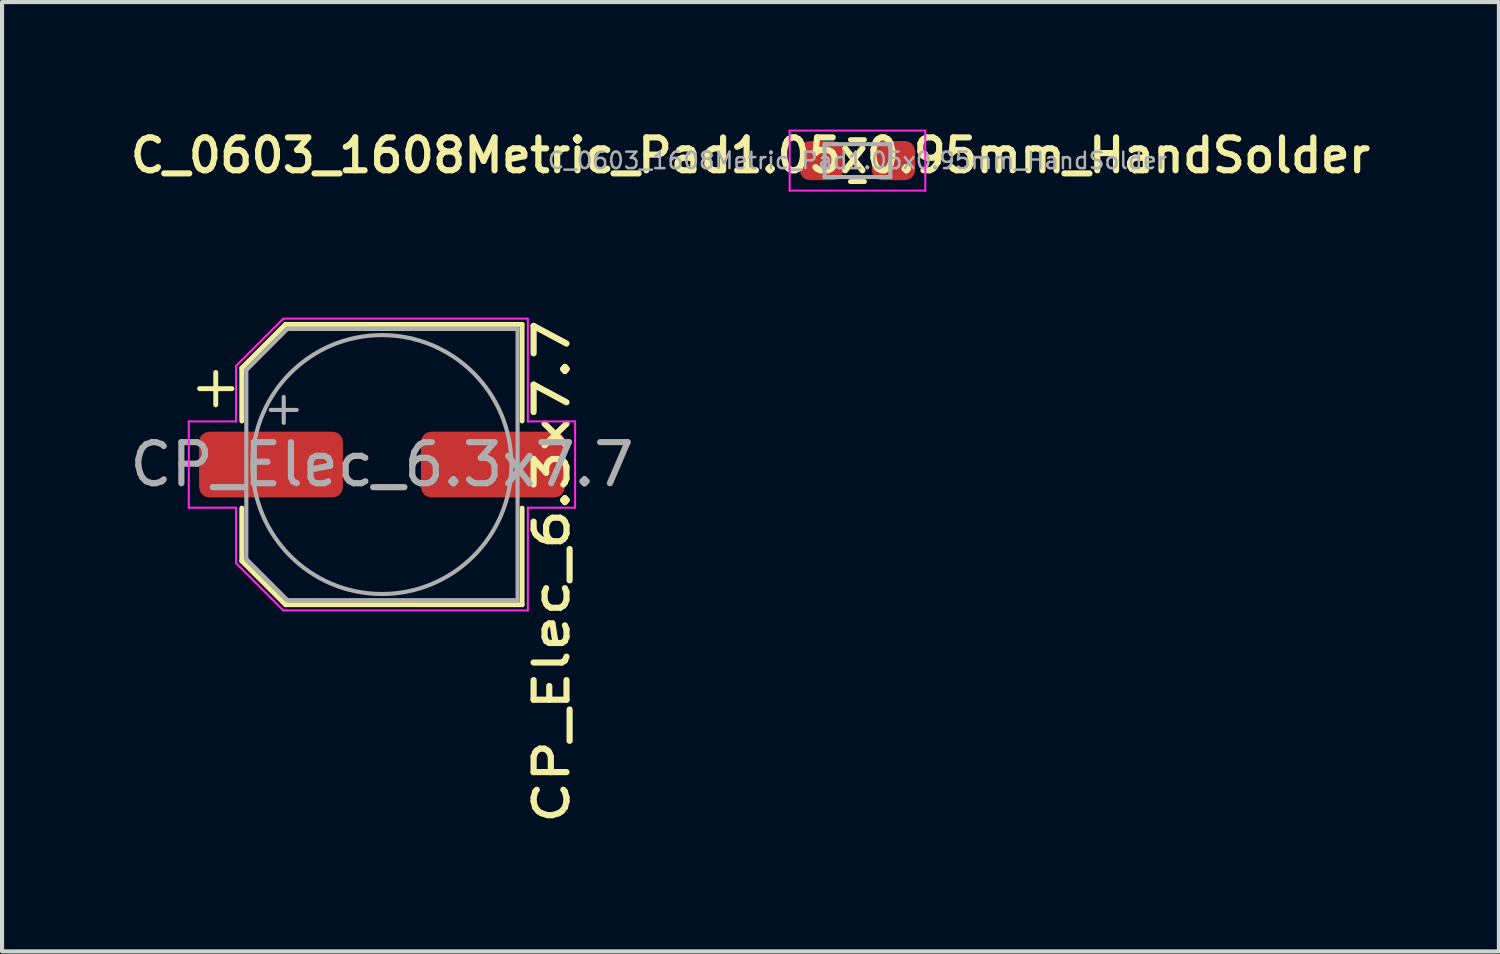
<source format=kicad_pcb>
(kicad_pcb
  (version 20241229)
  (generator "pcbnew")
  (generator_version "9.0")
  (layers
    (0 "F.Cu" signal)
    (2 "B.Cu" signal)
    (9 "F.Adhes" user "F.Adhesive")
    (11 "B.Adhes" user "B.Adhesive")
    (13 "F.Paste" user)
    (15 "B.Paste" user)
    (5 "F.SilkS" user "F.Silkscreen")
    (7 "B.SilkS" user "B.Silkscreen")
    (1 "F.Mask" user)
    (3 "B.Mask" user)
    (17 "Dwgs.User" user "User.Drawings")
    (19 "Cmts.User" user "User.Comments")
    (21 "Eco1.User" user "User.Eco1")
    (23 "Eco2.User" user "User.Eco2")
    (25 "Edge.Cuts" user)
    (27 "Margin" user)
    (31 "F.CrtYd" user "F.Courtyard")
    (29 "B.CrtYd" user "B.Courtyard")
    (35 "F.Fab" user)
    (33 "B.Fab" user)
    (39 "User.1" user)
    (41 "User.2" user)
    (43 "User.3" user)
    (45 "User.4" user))
  (footprint "C_0603_1608Metric_Pad1.05x0.95mm_HandSolder"
    (layer "F.Cu")
    (at 17.815 0.858)
    (property "Reference" "C_0603_1608Metric_Pad1.05x0.95mm_HandSolder" (at -2.603 -0.127 0) (layer "F.SilkS") (effects (font (size 0.8 0.8) (thickness 0.15))))
    (attr smd)
    (fp_line (start -0.171 -0.51) (end 0.171 -0.51) (stroke (width 0.12) (type solid)) (layer "F.SilkS"))
    (fp_line (start -0.171 0.51) (end 0.171 0.51) (stroke (width 0.12) (type solid)) (layer "F.SilkS"))
    (fp_line (start -1.65 -0.73) (end 1.65 -0.73) (stroke (width 0.05) (type solid)) (layer "F.CrtYd"))
    (fp_line (start -1.65 0.73) (end -1.65 -0.73) (stroke (width 0.05) (type solid)) (layer "F.CrtYd"))
    (fp_line (start 1.65 -0.73) (end 1.65 0.73) (stroke (width 0.05) (type solid)) (layer "F.CrtYd"))
    (fp_line (start 1.65 0.73) (end -1.65 0.73) (stroke (width 0.05) (type solid)) (layer "F.CrtYd"))
    (fp_line (start -0.8 -0.4) (end 0.8 -0.4) (stroke (width 0.1) (type solid)) (layer "F.Fab"))
    (fp_line (start -0.8 0.4) (end -0.8 -0.4) (stroke (width 0.1) (type solid)) (layer "F.Fab"))
    (fp_line (start 0.8 -0.4) (end 0.8 0.4) (stroke (width 0.1) (type solid)) (layer "F.Fab"))
    (fp_line (start 0.8 0.4) (end -0.8 0.4) (stroke (width 0.1) (type solid)) (layer "F.Fab"))
    (fp_text user "${REFERENCE}" (at 0 0 0) (layer "F.Fab") (effects (font (size 0.4 0.4) (thickness 0.06))))
    (pad "1" smd roundrect (at -0.875 0) (size 1.05 0.95) (layers "F.Cu" "F.Mask" "F.Paste") (roundrect_rratio 0.25))
    (pad "2" smd roundrect (at 0.875 0) (size 1.05 0.95) (layers "F.Cu" "F.Mask" "F.Paste") (roundrect_rratio 0.25)))
  (footprint "CP_Elec_6.3x7.7"
    (layer "F.Cu")
    (at 6.244 8.254)
    (property "Reference" "CP_Elec_6.3x7.7" (at 4.128 2.603 90) (layer "F.SilkS") (effects (font (size 0.8 1) (thickness 0.15))))
    (attr smd)
    (fp_line (start -4.438 -1.847) (end -3.65 -1.847) (stroke (width 0.12) (type solid)) (layer "F.SilkS"))
    (fp_line (start -4.044 -2.241) (end -4.044 -1.454) (stroke (width 0.12) (type solid)) (layer "F.SilkS"))
    (fp_line (start -3.41 -2.346) (end -3.41 -1.06) (stroke (width 0.12) (type solid)) (layer "F.SilkS"))
    (fp_line (start -3.41 -2.346) (end -2.346 -3.41) (stroke (width 0.12) (type solid)) (layer "F.SilkS"))
    (fp_line (start -3.41 2.346) (end -3.41 1.06) (stroke (width 0.12) (type solid)) (layer "F.SilkS"))
    (fp_line (start -3.41 2.346) (end -2.346 3.41) (stroke (width 0.12) (type solid)) (layer "F.SilkS"))
    (fp_line (start -2.346 -3.41) (end 3.41 -3.41) (stroke (width 0.12) (type solid)) (layer "F.SilkS"))
    (fp_line (start -2.346 3.41) (end 3.41 3.41) (stroke (width 0.12) (type solid)) (layer "F.SilkS"))
    (fp_line (start 3.41 -3.41) (end 3.41 -1.06) (stroke (width 0.12) (type solid)) (layer "F.SilkS"))
    (fp_line (start 3.41 3.41) (end 3.41 1.06) (stroke (width 0.12) (type solid)) (layer "F.SilkS"))
    (fp_line (start -4.7 -1.05) (end -4.7 1.05) (stroke (width 0.05) (type solid)) (layer "F.CrtYd"))
    (fp_line (start -4.7 1.05) (end -3.55 1.05) (stroke (width 0.05) (type solid)) (layer "F.CrtYd"))
    (fp_line (start -3.55 -2.4) (end -3.55 -1.05) (stroke (width 0.05) (type solid)) (layer "F.CrtYd"))
    (fp_line (start -3.55 -2.4) (end -2.4 -3.55) (stroke (width 0.05) (type solid)) (layer "F.CrtYd"))
    (fp_line (start -3.55 -1.05) (end -4.7 -1.05) (stroke (width 0.05) (type solid)) (layer "F.CrtYd"))
    (fp_line (start -3.55 1.05) (end -3.55 2.4) (stroke (width 0.05) (type solid)) (layer "F.CrtYd"))
    (fp_line (start -3.55 2.4) (end -2.4 3.55) (stroke (width 0.05) (type solid)) (layer "F.CrtYd"))
    (fp_line (start -2.4 -3.55) (end 3.55 -3.55) (stroke (width 0.05) (type solid)) (layer "F.CrtYd"))
    (fp_line (start -2.4 3.55) (end 3.55 3.55) (stroke (width 0.05) (type solid)) (layer "F.CrtYd"))
    (fp_line (start 3.55 -3.55) (end 3.55 -1.05) (stroke (width 0.05) (type solid)) (layer "F.CrtYd"))
    (fp_line (start 3.55 -1.05) (end 4.7 -1.05) (stroke (width 0.05) (type solid)) (layer "F.CrtYd"))
    (fp_line (start 3.55 1.05) (end 3.55 3.55) (stroke (width 0.05) (type solid)) (layer "F.CrtYd"))
    (fp_line (start 4.7 -1.05) (end 4.7 1.05) (stroke (width 0.05) (type solid)) (layer "F.CrtYd"))
    (fp_line (start 4.7 1.05) (end 3.55 1.05) (stroke (width 0.05) (type solid)) (layer "F.CrtYd"))
    (fp_line (start -3.3 -2.3) (end -3.3 2.3) (stroke (width 0.1) (type solid)) (layer "F.Fab"))
    (fp_line (start -3.3 -2.3) (end -2.3 -3.3) (stroke (width 0.1) (type solid)) (layer "F.Fab"))
    (fp_line (start -3.3 2.3) (end -2.3 3.3) (stroke (width 0.1) (type solid)) (layer "F.Fab"))
    (fp_line (start -2.705 -1.33) (end -2.075 -1.33) (stroke (width 0.1) (type solid)) (layer "F.Fab"))
    (fp_line (start -2.39 -1.645) (end -2.39 -1.015) (stroke (width 0.1) (type solid)) (layer "F.Fab"))
    (fp_line (start -2.3 -3.3) (end 3.3 -3.3) (stroke (width 0.1) (type solid)) (layer "F.Fab"))
    (fp_line (start -2.3 3.3) (end 3.3 3.3) (stroke (width 0.1) (type solid)) (layer "F.Fab"))
    (fp_line (start 3.3 -3.3) (end 3.3 3.3) (stroke (width 0.1) (type solid)) (layer "F.Fab"))
    (fp_circle (center 0 0) (end 3.15 0) (stroke (width 0.1) (type solid)) (fill no) (layer "F.Fab"))
    (fp_text user "${REFERENCE}" (at 0 0 0) (layer "F.Fab") (effects (font (size 1 1) (thickness 0.15))))
    (pad "1" smd roundrect (at -2.7 0) (size 3.5 1.6) (layers "F.Cu" "F.Mask" "F.Paste") (roundrect_rratio 0.156))
    (pad "2" smd roundrect (at 2.7 0) (size 3.5 1.6) (layers "F.Cu" "F.Mask" "F.Paste") (roundrect_rratio 0.156)))
  (gr_rect
    (start -3 -3)
    (end 33.423 20.101)
    (stroke (width 0.1) (type default))
    (fill no)
    (layer "Edge.Cuts")))
</source>
